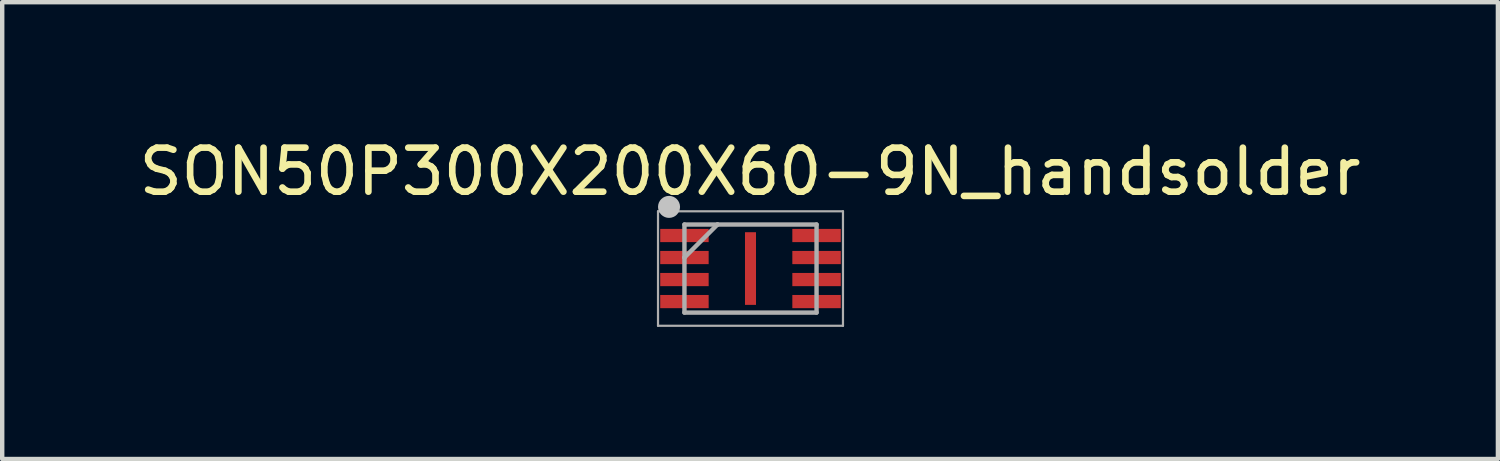
<source format=kicad_pcb>
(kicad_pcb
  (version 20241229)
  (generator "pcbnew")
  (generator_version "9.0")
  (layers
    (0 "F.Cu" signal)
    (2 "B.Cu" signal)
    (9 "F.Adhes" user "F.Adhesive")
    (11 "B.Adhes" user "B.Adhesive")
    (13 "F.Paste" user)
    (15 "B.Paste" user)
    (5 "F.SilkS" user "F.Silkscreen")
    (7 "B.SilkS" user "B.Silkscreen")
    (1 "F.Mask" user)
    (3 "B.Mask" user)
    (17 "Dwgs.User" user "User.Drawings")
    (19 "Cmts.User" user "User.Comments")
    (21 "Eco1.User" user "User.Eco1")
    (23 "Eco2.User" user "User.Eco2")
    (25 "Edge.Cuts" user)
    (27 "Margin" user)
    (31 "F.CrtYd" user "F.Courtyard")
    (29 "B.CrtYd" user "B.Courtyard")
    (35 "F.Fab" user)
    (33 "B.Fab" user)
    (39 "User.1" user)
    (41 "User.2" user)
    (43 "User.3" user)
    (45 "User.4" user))
  (footprint "SON50P300X200X60-9N_handsolder"
    (layer "F.Cu")
    (at 13.992 3.048)
    (property "Reference" "SON50P300X200X60-9N_handsolder" (at -0.01 -2.2 0) (layer "F.SilkS") (effects (font (size 1 1) (thickness 0.15))))
    (attr smd)
    (fp_circle (center -1.85 -1.4) (end -1.725 -1.4) (stroke (width 0.25) (type solid)) (fill no) (layer "Dwgs.User"))
    (fp_line (start -2.1 -1.3) (end 2.1 -1.3) (stroke (width 0.05) (type solid)) (layer "F.Fab"))
    (fp_line (start -2.1 1.3) (end -2.1 -1.3) (stroke (width 0.05) (type solid)) (layer "F.Fab"))
    (fp_line (start -1.5 -1) (end -0.75 -1) (stroke (width 0.1) (type solid)) (layer "F.Fab"))
    (fp_line (start -1.5 -0.25) (end -1.5 -1) (stroke (width 0.1) (type solid)) (layer "F.Fab"))
    (fp_line (start -1.5 -0.25) (end -0.75 -1) (stroke (width 0.1) (type solid)) (layer "F.Fab"))
    (fp_line (start -1.5 1) (end -1.5 -0.25) (stroke (width 0.1) (type solid)) (layer "F.Fab"))
    (fp_line (start -0.75 -1) (end 1.5 -1) (stroke (width 0.1) (type solid)) (layer "F.Fab"))
    (fp_line (start 1.5 -1) (end 1.5 1) (stroke (width 0.1) (type solid)) (layer "F.Fab"))
    (fp_line (start 1.5 1) (end -1.5 1) (stroke (width 0.1) (type solid)) (layer "F.Fab"))
    (fp_line (start 2.1 -1.3) (end 2.1 1.3) (stroke (width 0.05) (type solid)) (layer "F.Fab"))
    (fp_line (start 2.1 1.3) (end -2.1 1.3) (stroke (width 0.05) (type solid)) (layer "F.Fab"))
    (pad "1" smd rect (at -1.5 -0.75) (size 1.1 0.3) (layers "F.Cu" "F.Mask" "F.Paste"))
    (pad "2" smd rect (at -1.5 -0.25) (size 1.1 0.3) (layers "F.Cu" "F.Mask" "F.Paste"))
    (pad "3" smd rect (at -1.5 0.25) (size 1.1 0.3) (layers "F.Cu" "F.Mask" "F.Paste"))
    (pad "4" smd rect (at -1.5 0.75) (size 1.1 0.3) (layers "F.Cu" "F.Mask" "F.Paste"))
    (pad "5" smd rect (at 1.5 0.75) (size 1.1 0.3) (layers "F.Cu" "F.Mask" "F.Paste"))
    (pad "6" smd rect (at 1.5 0.25) (size 1.1 0.3) (layers "F.Cu" "F.Mask" "F.Paste"))
    (pad "7" smd rect (at 1.5 -0.25) (size 1.1 0.3) (layers "F.Cu" "F.Mask" "F.Paste"))
    (pad "8" smd rect (at 1.5 -0.75) (size 1.1 0.3) (layers "F.Cu" "F.Mask" "F.Paste"))
    (pad "9" smd rect (at 0 0 90) (size 1.65 0.25) (layers "F.Cu" "F.Mask" "F.Paste")))
  (gr_rect
    (start -3 -3)
    (end 30.964 7.373)
    (stroke (width 0.1) (type default))
    (fill no)
    (layer "Edge.Cuts")))
</source>
